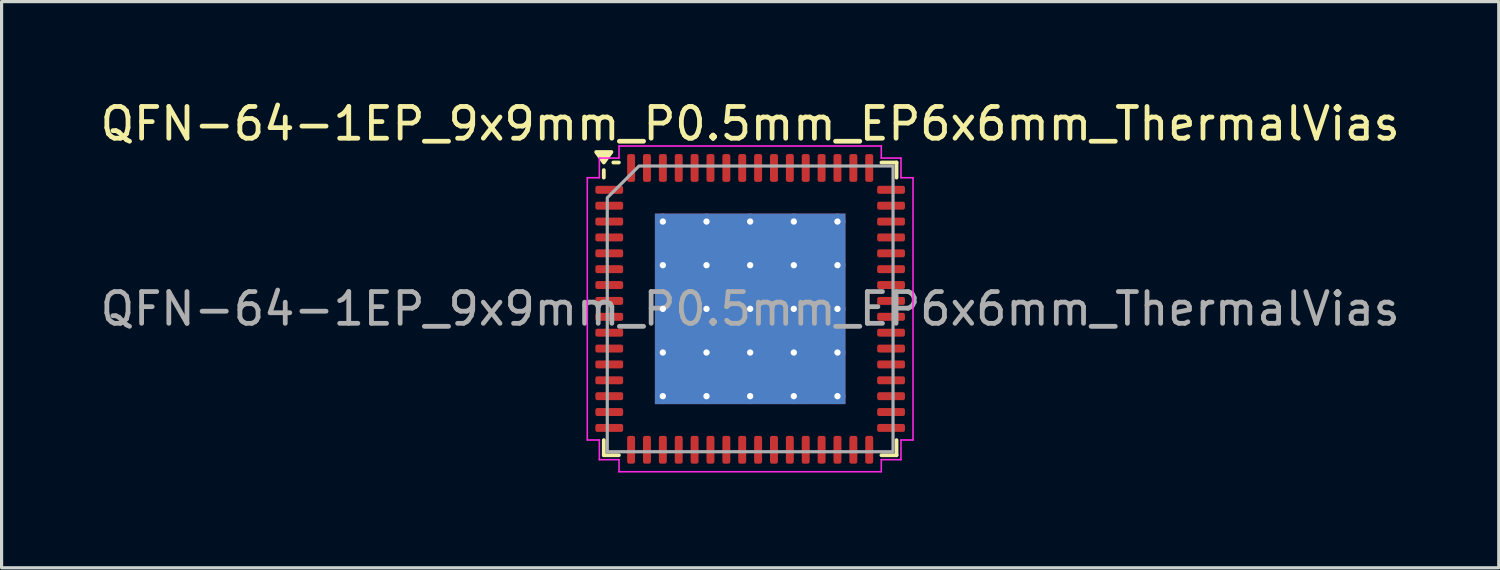
<source format=kicad_pcb>
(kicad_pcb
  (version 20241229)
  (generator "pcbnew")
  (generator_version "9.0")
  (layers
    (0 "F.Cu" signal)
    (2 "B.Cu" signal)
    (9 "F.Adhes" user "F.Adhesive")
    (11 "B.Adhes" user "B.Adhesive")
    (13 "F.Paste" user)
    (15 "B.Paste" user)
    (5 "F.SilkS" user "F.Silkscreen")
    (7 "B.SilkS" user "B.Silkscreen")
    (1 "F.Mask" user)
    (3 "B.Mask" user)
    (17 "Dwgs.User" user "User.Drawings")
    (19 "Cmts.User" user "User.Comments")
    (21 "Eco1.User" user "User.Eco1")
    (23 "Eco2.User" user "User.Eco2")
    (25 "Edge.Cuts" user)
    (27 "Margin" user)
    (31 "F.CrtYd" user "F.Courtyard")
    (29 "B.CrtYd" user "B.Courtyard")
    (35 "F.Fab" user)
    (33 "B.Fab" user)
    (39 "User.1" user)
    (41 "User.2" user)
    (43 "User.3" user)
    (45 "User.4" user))
  (footprint "QFN-64-1EP_9x9mm_P0.5mm_EP6x6mm_ThermalVias"
    (layer "F.Cu")
    (at 20.577 6.678)
    (property "Reference" "QFN-64-1EP_9x9mm_P0.5mm_EP6x6mm_ThermalVias" (at 0 -5.83 0) (layer "F.SilkS") (effects (font (size 1 1) (thickness 0.15))))
    (attr smd)
    (fp_line (start -4.61 -4.135) (end -4.61 -4.37) (stroke (width 0.12) (type solid)) (layer "F.SilkS"))
    (fp_line (start -4.61 4.61) (end -4.61 4.135) (stroke (width 0.12) (type solid)) (layer "F.SilkS"))
    (fp_line (start -4.135 -4.61) (end -4.31 -4.61) (stroke (width 0.12) (type solid)) (layer "F.SilkS"))
    (fp_line (start -4.135 4.61) (end -4.61 4.61) (stroke (width 0.12) (type solid)) (layer "F.SilkS"))
    (fp_line (start 4.135 -4.61) (end 4.61 -4.61) (stroke (width 0.12) (type solid)) (layer "F.SilkS"))
    (fp_line (start 4.135 4.61) (end 4.61 4.61) (stroke (width 0.12) (type solid)) (layer "F.SilkS"))
    (fp_line (start 4.61 -4.61) (end 4.61 -4.135) (stroke (width 0.12) (type solid)) (layer "F.SilkS"))
    (fp_line (start 4.61 4.61) (end 4.61 4.135) (stroke (width 0.12) (type solid)) (layer "F.SilkS"))
    (fp_poly (pts (xy -4.61 -4.61) (xy -4.85 -4.94) (xy -4.37 -4.94)) (stroke (width 0.12) (type solid)) (fill yes) (layer "F.SilkS"))
    (fp_line (start -5.13 -4.13) (end -4.75 -4.13) (stroke (width 0.05) (type solid)) (layer "F.CrtYd"))
    (fp_line (start -5.13 4.13) (end -5.13 -4.13) (stroke (width 0.05) (type solid)) (layer "F.CrtYd"))
    (fp_line (start -4.75 -4.75) (end -4.13 -4.75) (stroke (width 0.05) (type solid)) (layer "F.CrtYd"))
    (fp_line (start -4.75 -4.13) (end -4.75 -4.75) (stroke (width 0.05) (type solid)) (layer "F.CrtYd"))
    (fp_line (start -4.75 4.13) (end -5.13 4.13) (stroke (width 0.05) (type solid)) (layer "F.CrtYd"))
    (fp_line (start -4.75 4.75) (end -4.75 4.13) (stroke (width 0.05) (type solid)) (layer "F.CrtYd"))
    (fp_line (start -4.13 -5.13) (end 4.13 -5.13) (stroke (width 0.05) (type solid)) (layer "F.CrtYd"))
    (fp_line (start -4.13 -4.75) (end -4.13 -5.13) (stroke (width 0.05) (type solid)) (layer "F.CrtYd"))
    (fp_line (start -4.13 4.75) (end -4.75 4.75) (stroke (width 0.05) (type solid)) (layer "F.CrtYd"))
    (fp_line (start -4.13 5.13) (end -4.13 4.75) (stroke (width 0.05) (type solid)) (layer "F.CrtYd"))
    (fp_line (start 4.13 -5.13) (end 4.13 -4.75) (stroke (width 0.05) (type solid)) (layer "F.CrtYd"))
    (fp_line (start 4.13 -4.75) (end 4.75 -4.75) (stroke (width 0.05) (type solid)) (layer "F.CrtYd"))
    (fp_line (start 4.13 4.75) (end 4.13 5.13) (stroke (width 0.05) (type solid)) (layer "F.CrtYd"))
    (fp_line (start 4.13 5.13) (end -4.13 5.13) (stroke (width 0.05) (type solid)) (layer "F.CrtYd"))
    (fp_line (start 4.75 -4.75) (end 4.75 -4.13) (stroke (width 0.05) (type solid)) (layer "F.CrtYd"))
    (fp_line (start 4.75 -4.13) (end 5.13 -4.13) (stroke (width 0.05) (type solid)) (layer "F.CrtYd"))
    (fp_line (start 4.75 4.13) (end 4.75 4.75) (stroke (width 0.05) (type solid)) (layer "F.CrtYd"))
    (fp_line (start 4.75 4.75) (end 4.13 4.75) (stroke (width 0.05) (type solid)) (layer "F.CrtYd"))
    (fp_line (start 5.13 -4.13) (end 5.13 4.13) (stroke (width 0.05) (type solid)) (layer "F.CrtYd"))
    (fp_line (start 5.13 4.13) (end 4.75 4.13) (stroke (width 0.05) (type solid)) (layer "F.CrtYd"))
    (fp_poly (pts (xy -4.5 -3.5) (xy -4.5 4.5) (xy 4.5 4.5) (xy 4.5 -4.5) (xy -3.5 -4.5)) (stroke (width 0.1) (type solid)) (fill no) (layer "F.Fab"))
    (fp_text user "${REFERENCE}" (at 0 0 0) (layer "F.Fab") (effects (font (size 1 1) (thickness 0.15))))
    (pad "" smd roundrect (at -2.25 -2.25) (size 1.21 1.21) (layers "F.Paste") (roundrect_rratio 0.207))
    (pad "" smd roundrect (at -2.25 -0.75) (size 1.21 1.21) (layers "F.Paste") (roundrect_rratio 0.207))
    (pad "" smd roundrect (at -2.25 0.75) (size 1.21 1.21) (layers "F.Paste") (roundrect_rratio 0.207))
    (pad "" smd roundrect (at -2.25 2.25) (size 1.21 1.21) (layers "F.Paste") (roundrect_rratio 0.207))
    (pad "" smd roundrect (at -0.75 -2.25) (size 1.21 1.21) (layers "F.Paste") (roundrect_rratio 0.207))
    (pad "" smd roundrect (at -0.75 -0.75) (size 1.21 1.21) (layers "F.Paste") (roundrect_rratio 0.207))
    (pad "" smd roundrect (at -0.75 0.75) (size 1.21 1.21) (layers "F.Paste") (roundrect_rratio 0.207))
    (pad "" smd roundrect (at -0.75 2.25) (size 1.21 1.21) (layers "F.Paste") (roundrect_rratio 0.207))
    (pad "" smd roundrect (at 0.75 -2.25) (size 1.21 1.21) (layers "F.Paste") (roundrect_rratio 0.207))
    (pad "" smd roundrect (at 0.75 -0.75) (size 1.21 1.21) (layers "F.Paste") (roundrect_rratio 0.207))
    (pad "" smd roundrect (at 0.75 0.75) (size 1.21 1.21) (layers "F.Paste") (roundrect_rratio 0.207))
    (pad "" smd roundrect (at 0.75 2.25) (size 1.21 1.21) (layers "F.Paste") (roundrect_rratio 0.207))
    (pad "" smd roundrect (at 2.25 -2.25) (size 1.21 1.21) (layers "F.Paste") (roundrect_rratio 0.207))
    (pad "" smd roundrect (at 2.25 -0.75) (size 1.21 1.21) (layers "F.Paste") (roundrect_rratio 0.207))
    (pad "" smd roundrect (at 2.25 0.75) (size 1.21 1.21) (layers "F.Paste") (roundrect_rratio 0.207))
    (pad "" smd roundrect (at 2.25 2.25) (size 1.21 1.21) (layers "F.Paste") (roundrect_rratio 0.207))
    (pad "1" smd roundrect (at -4.438 -3.75) (size 0.875 0.25) (layers "F.Cu" "F.Mask" "F.Paste") (roundrect_rratio 0.25))
    (pad "2" smd roundrect (at -4.438 -3.25) (size 0.875 0.25) (layers "F.Cu" "F.Mask" "F.Paste") (roundrect_rratio 0.25))
    (pad "3" smd roundrect (at -4.438 -2.75) (size 0.875 0.25) (layers "F.Cu" "F.Mask" "F.Paste") (roundrect_rratio 0.25))
    (pad "4" smd roundrect (at -4.438 -2.25) (size 0.875 0.25) (layers "F.Cu" "F.Mask" "F.Paste") (roundrect_rratio 0.25))
    (pad "5" smd roundrect (at -4.438 -1.75) (size 0.875 0.25) (layers "F.Cu" "F.Mask" "F.Paste") (roundrect_rratio 0.25))
    (pad "6" smd roundrect (at -4.438 -1.25) (size 0.875 0.25) (layers "F.Cu" "F.Mask" "F.Paste") (roundrect_rratio 0.25))
    (pad "7" smd roundrect (at -4.438 -0.75) (size 0.875 0.25) (layers "F.Cu" "F.Mask" "F.Paste") (roundrect_rratio 0.25))
    (pad "8" smd roundrect (at -4.438 -0.25) (size 0.875 0.25) (layers "F.Cu" "F.Mask" "F.Paste") (roundrect_rratio 0.25))
    (pad "9" smd roundrect (at -4.438 0.25) (size 0.875 0.25) (layers "F.Cu" "F.Mask" "F.Paste") (roundrect_rratio 0.25))
    (pad "10" smd roundrect (at -4.438 0.75) (size 0.875 0.25) (layers "F.Cu" "F.Mask" "F.Paste") (roundrect_rratio 0.25))
    (pad "11" smd roundrect (at -4.438 1.25) (size 0.875 0.25) (layers "F.Cu" "F.Mask" "F.Paste") (roundrect_rratio 0.25))
    (pad "12" smd roundrect (at -4.438 1.75) (size 0.875 0.25) (layers "F.Cu" "F.Mask" "F.Paste") (roundrect_rratio 0.25))
    (pad "13" smd roundrect (at -4.438 2.25) (size 0.875 0.25) (layers "F.Cu" "F.Mask" "F.Paste") (roundrect_rratio 0.25))
    (pad "14" smd roundrect (at -4.438 2.75) (size 0.875 0.25) (layers "F.Cu" "F.Mask" "F.Paste") (roundrect_rratio 0.25))
    (pad "15" smd roundrect (at -4.438 3.25) (size 0.875 0.25) (layers "F.Cu" "F.Mask" "F.Paste") (roundrect_rratio 0.25))
    (pad "16" smd roundrect (at -4.438 3.75) (size 0.875 0.25) (layers "F.Cu" "F.Mask" "F.Paste") (roundrect_rratio 0.25))
    (pad "17" smd roundrect (at -3.75 4.438) (size 0.25 0.875) (layers "F.Cu" "F.Mask" "F.Paste") (roundrect_rratio 0.25))
    (pad "18" smd roundrect (at -3.25 4.438) (size 0.25 0.875) (layers "F.Cu" "F.Mask" "F.Paste") (roundrect_rratio 0.25))
    (pad "19" smd roundrect (at -2.75 4.438) (size 0.25 0.875) (layers "F.Cu" "F.Mask" "F.Paste") (roundrect_rratio 0.25))
    (pad "20" smd roundrect (at -2.25 4.438) (size 0.25 0.875) (layers "F.Cu" "F.Mask" "F.Paste") (roundrect_rratio 0.25))
    (pad "21" smd roundrect (at -1.75 4.438) (size 0.25 0.875) (layers "F.Cu" "F.Mask" "F.Paste") (roundrect_rratio 0.25))
    (pad "22" smd roundrect (at -1.25 4.438) (size 0.25 0.875) (layers "F.Cu" "F.Mask" "F.Paste") (roundrect_rratio 0.25))
    (pad "23" smd roundrect (at -0.75 4.438) (size 0.25 0.875) (layers "F.Cu" "F.Mask" "F.Paste") (roundrect_rratio 0.25))
    (pad "24" smd roundrect (at -0.25 4.438) (size 0.25 0.875) (layers "F.Cu" "F.Mask" "F.Paste") (roundrect_rratio 0.25))
    (pad "25" smd roundrect (at 0.25 4.438) (size 0.25 0.875) (layers "F.Cu" "F.Mask" "F.Paste") (roundrect_rratio 0.25))
    (pad "26" smd roundrect (at 0.75 4.438) (size 0.25 0.875) (layers "F.Cu" "F.Mask" "F.Paste") (roundrect_rratio 0.25))
    (pad "27" smd roundrect (at 1.25 4.438) (size 0.25 0.875) (layers "F.Cu" "F.Mask" "F.Paste") (roundrect_rratio 0.25))
    (pad "28" smd roundrect (at 1.75 4.438) (size 0.25 0.875) (layers "F.Cu" "F.Mask" "F.Paste") (roundrect_rratio 0.25))
    (pad "29" smd roundrect (at 2.25 4.438) (size 0.25 0.875) (layers "F.Cu" "F.Mask" "F.Paste") (roundrect_rratio 0.25))
    (pad "30" smd roundrect (at 2.75 4.438) (size 0.25 0.875) (layers "F.Cu" "F.Mask" "F.Paste") (roundrect_rratio 0.25))
    (pad "31" smd roundrect (at 3.25 4.438) (size 0.25 0.875) (layers "F.Cu" "F.Mask" "F.Paste") (roundrect_rratio 0.25))
    (pad "32" smd roundrect (at 3.75 4.438) (size 0.25 0.875) (layers "F.Cu" "F.Mask" "F.Paste") (roundrect_rratio 0.25))
    (pad "33" smd roundrect (at 4.438 3.75) (size 0.875 0.25) (layers "F.Cu" "F.Mask" "F.Paste") (roundrect_rratio 0.25))
    (pad "34" smd roundrect (at 4.438 3.25) (size 0.875 0.25) (layers "F.Cu" "F.Mask" "F.Paste") (roundrect_rratio 0.25))
    (pad "35" smd roundrect (at 4.438 2.75) (size 0.875 0.25) (layers "F.Cu" "F.Mask" "F.Paste") (roundrect_rratio 0.25))
    (pad "36" smd roundrect (at 4.438 2.25) (size 0.875 0.25) (layers "F.Cu" "F.Mask" "F.Paste") (roundrect_rratio 0.25))
    (pad "37" smd roundrect (at 4.438 1.75) (size 0.875 0.25) (layers "F.Cu" "F.Mask" "F.Paste") (roundrect_rratio 0.25))
    (pad "38" smd roundrect (at 4.438 1.25) (size 0.875 0.25) (layers "F.Cu" "F.Mask" "F.Paste") (roundrect_rratio 0.25))
    (pad "39" smd roundrect (at 4.438 0.75) (size 0.875 0.25) (layers "F.Cu" "F.Mask" "F.Paste") (roundrect_rratio 0.25))
    (pad "40" smd roundrect (at 4.438 0.25) (size 0.875 0.25) (layers "F.Cu" "F.Mask" "F.Paste") (roundrect_rratio 0.25))
    (pad "41" smd roundrect (at 4.438 -0.25) (size 0.875 0.25) (layers "F.Cu" "F.Mask" "F.Paste") (roundrect_rratio 0.25))
    (pad "42" smd roundrect (at 4.438 -0.75) (size 0.875 0.25) (layers "F.Cu" "F.Mask" "F.Paste") (roundrect_rratio 0.25))
    (pad "43" smd roundrect (at 4.438 -1.25) (size 0.875 0.25) (layers "F.Cu" "F.Mask" "F.Paste") (roundrect_rratio 0.25))
    (pad "44" smd roundrect (at 4.438 -1.75) (size 0.875 0.25) (layers "F.Cu" "F.Mask" "F.Paste") (roundrect_rratio 0.25))
    (pad "45" smd roundrect (at 4.438 -2.25) (size 0.875 0.25) (layers "F.Cu" "F.Mask" "F.Paste") (roundrect_rratio 0.25))
    (pad "46" smd roundrect (at 4.438 -2.75) (size 0.875 0.25) (layers "F.Cu" "F.Mask" "F.Paste") (roundrect_rratio 0.25))
    (pad "47" smd roundrect (at 4.438 -3.25) (size 0.875 0.25) (layers "F.Cu" "F.Mask" "F.Paste") (roundrect_rratio 0.25))
    (pad "48" smd roundrect (at 4.438 -3.75) (size 0.875 0.25) (layers "F.Cu" "F.Mask" "F.Paste") (roundrect_rratio 0.25))
    (pad "49" smd roundrect (at 3.75 -4.438) (size 0.25 0.875) (layers "F.Cu" "F.Mask" "F.Paste") (roundrect_rratio 0.25))
    (pad "50" smd roundrect (at 3.25 -4.438) (size 0.25 0.875) (layers "F.Cu" "F.Mask" "F.Paste") (roundrect_rratio 0.25))
    (pad "51" smd roundrect (at 2.75 -4.438) (size 0.25 0.875) (layers "F.Cu" "F.Mask" "F.Paste") (roundrect_rratio 0.25))
    (pad "52" smd roundrect (at 2.25 -4.438) (size 0.25 0.875) (layers "F.Cu" "F.Mask" "F.Paste") (roundrect_rratio 0.25))
    (pad "53" smd roundrect (at 1.75 -4.438) (size 0.25 0.875) (layers "F.Cu" "F.Mask" "F.Paste") (roundrect_rratio 0.25))
    (pad "54" smd roundrect (at 1.25 -4.438) (size 0.25 0.875) (layers "F.Cu" "F.Mask" "F.Paste") (roundrect_rratio 0.25))
    (pad "55" smd roundrect (at 0.75 -4.438) (size 0.25 0.875) (layers "F.Cu" "F.Mask" "F.Paste") (roundrect_rratio 0.25))
    (pad "56" smd roundrect (at 0.25 -4.438) (size 0.25 0.875) (layers "F.Cu" "F.Mask" "F.Paste") (roundrect_rratio 0.25))
    (pad "57" smd roundrect (at -0.25 -4.438) (size 0.25 0.875) (layers "F.Cu" "F.Mask" "F.Paste") (roundrect_rratio 0.25))
    (pad "58" smd roundrect (at -0.75 -4.438) (size 0.25 0.875) (layers "F.Cu" "F.Mask" "F.Paste") (roundrect_rratio 0.25))
    (pad "59" smd roundrect (at -1.25 -4.438) (size 0.25 0.875) (layers "F.Cu" "F.Mask" "F.Paste") (roundrect_rratio 0.25))
    (pad "60" smd roundrect (at -1.75 -4.438) (size 0.25 0.875) (layers "F.Cu" "F.Mask" "F.Paste") (roundrect_rratio 0.25))
    (pad "61" smd roundrect (at -2.25 -4.438) (size 0.25 0.875) (layers "F.Cu" "F.Mask" "F.Paste") (roundrect_rratio 0.25))
    (pad "62" smd roundrect (at -2.75 -4.438) (size 0.25 0.875) (layers "F.Cu" "F.Mask" "F.Paste") (roundrect_rratio 0.25))
    (pad "63" smd roundrect (at -3.25 -4.438) (size 0.25 0.875) (layers "F.Cu" "F.Mask" "F.Paste") (roundrect_rratio 0.25))
    (pad "64" smd roundrect (at -3.75 -4.438) (size 0.25 0.875) (layers "F.Cu" "F.Mask" "F.Paste") (roundrect_rratio 0.25))
    (pad "65" thru_hole circle (at -2.75 -2.75) (size 0.5 0.5) (drill 0.2) (property pad_prop_heatsink) (layers "*.Cu"))
    (pad "65" thru_hole circle (at -2.75 -1.375) (size 0.5 0.5) (drill 0.2) (property pad_prop_heatsink) (layers "*.Cu"))
    (pad "65" thru_hole circle (at -2.75 0) (size 0.5 0.5) (drill 0.2) (property pad_prop_heatsink) (layers "*.Cu"))
    (pad "65" thru_hole circle (at -2.75 1.375) (size 0.5 0.5) (drill 0.2) (property pad_prop_heatsink) (layers "*.Cu"))
    (pad "65" thru_hole circle (at -2.75 2.75) (size 0.5 0.5) (drill 0.2) (property pad_prop_heatsink) (layers "*.Cu"))
    (pad "65" thru_hole circle (at -1.375 -2.75) (size 0.5 0.5) (drill 0.2) (property pad_prop_heatsink) (layers "*.Cu"))
    (pad "65" thru_hole circle (at -1.375 -1.375) (size 0.5 0.5) (drill 0.2) (property pad_prop_heatsink) (layers "*.Cu"))
    (pad "65" thru_hole circle (at -1.375 0) (size 0.5 0.5) (drill 0.2) (property pad_prop_heatsink) (layers "*.Cu"))
    (pad "65" thru_hole circle (at -1.375 1.375) (size 0.5 0.5) (drill 0.2) (property pad_prop_heatsink) (layers "*.Cu"))
    (pad "65" thru_hole circle (at -1.375 2.75) (size 0.5 0.5) (drill 0.2) (property pad_prop_heatsink) (layers "*.Cu"))
    (pad "65" thru_hole circle (at 0 -2.75) (size 0.5 0.5) (drill 0.2) (property pad_prop_heatsink) (layers "*.Cu"))
    (pad "65" thru_hole circle (at 0 -1.375) (size 0.5 0.5) (drill 0.2) (property pad_prop_heatsink) (layers "*.Cu"))
    (pad "65" thru_hole circle (at 0 0) (size 0.5 0.5) (drill 0.2) (property pad_prop_heatsink) (layers "*.Cu"))
    (pad "65" smd rect (at 0 0) (size 6 6) (property pad_prop_heatsink) (layers "F.Cu" "F.Mask"))
    (pad "65" smd rect (at 0 0) (size 6 6) (property pad_prop_heatsink) (layers "B.Cu"))
    (pad "65" thru_hole circle (at 0 1.375) (size 0.5 0.5) (drill 0.2) (property pad_prop_heatsink) (layers "*.Cu"))
    (pad "65" thru_hole circle (at 0 2.75) (size 0.5 0.5) (drill 0.2) (property pad_prop_heatsink) (layers "*.Cu"))
    (pad "65" thru_hole circle (at 1.375 -2.75) (size 0.5 0.5) (drill 0.2) (property pad_prop_heatsink) (layers "*.Cu"))
    (pad "65" thru_hole circle (at 1.375 -1.375) (size 0.5 0.5) (drill 0.2) (property pad_prop_heatsink) (layers "*.Cu"))
    (pad "65" thru_hole circle (at 1.375 0) (size 0.5 0.5) (drill 0.2) (property pad_prop_heatsink) (layers "*.Cu"))
    (pad "65" thru_hole circle (at 1.375 1.375) (size 0.5 0.5) (drill 0.2) (property pad_prop_heatsink) (layers "*.Cu"))
    (pad "65" thru_hole circle (at 1.375 2.75) (size 0.5 0.5) (drill 0.2) (property pad_prop_heatsink) (layers "*.Cu"))
    (pad "65" thru_hole circle (at 2.75 -2.75) (size 0.5 0.5) (drill 0.2) (property pad_prop_heatsink) (layers "*.Cu"))
    (pad "65" thru_hole circle (at 2.75 -1.375) (size 0.5 0.5) (drill 0.2) (property pad_prop_heatsink) (layers "*.Cu"))
    (pad "65" thru_hole circle (at 2.75 0) (size 0.5 0.5) (drill 0.2) (property pad_prop_heatsink) (layers "*.Cu"))
    (pad "65" thru_hole circle (at 2.75 1.375) (size 0.5 0.5) (drill 0.2) (property pad_prop_heatsink) (layers "*.Cu"))
    (pad "65" thru_hole circle (at 2.75 2.75) (size 0.5 0.5) (drill 0.2) (property pad_prop_heatsink) (layers "*.Cu")))
  (gr_rect
    (start -3 -3)
    (end 44.155 14.833)
    (stroke (width 0.1) (type default))
    (fill no)
    (layer "Edge.Cuts")))
</source>
